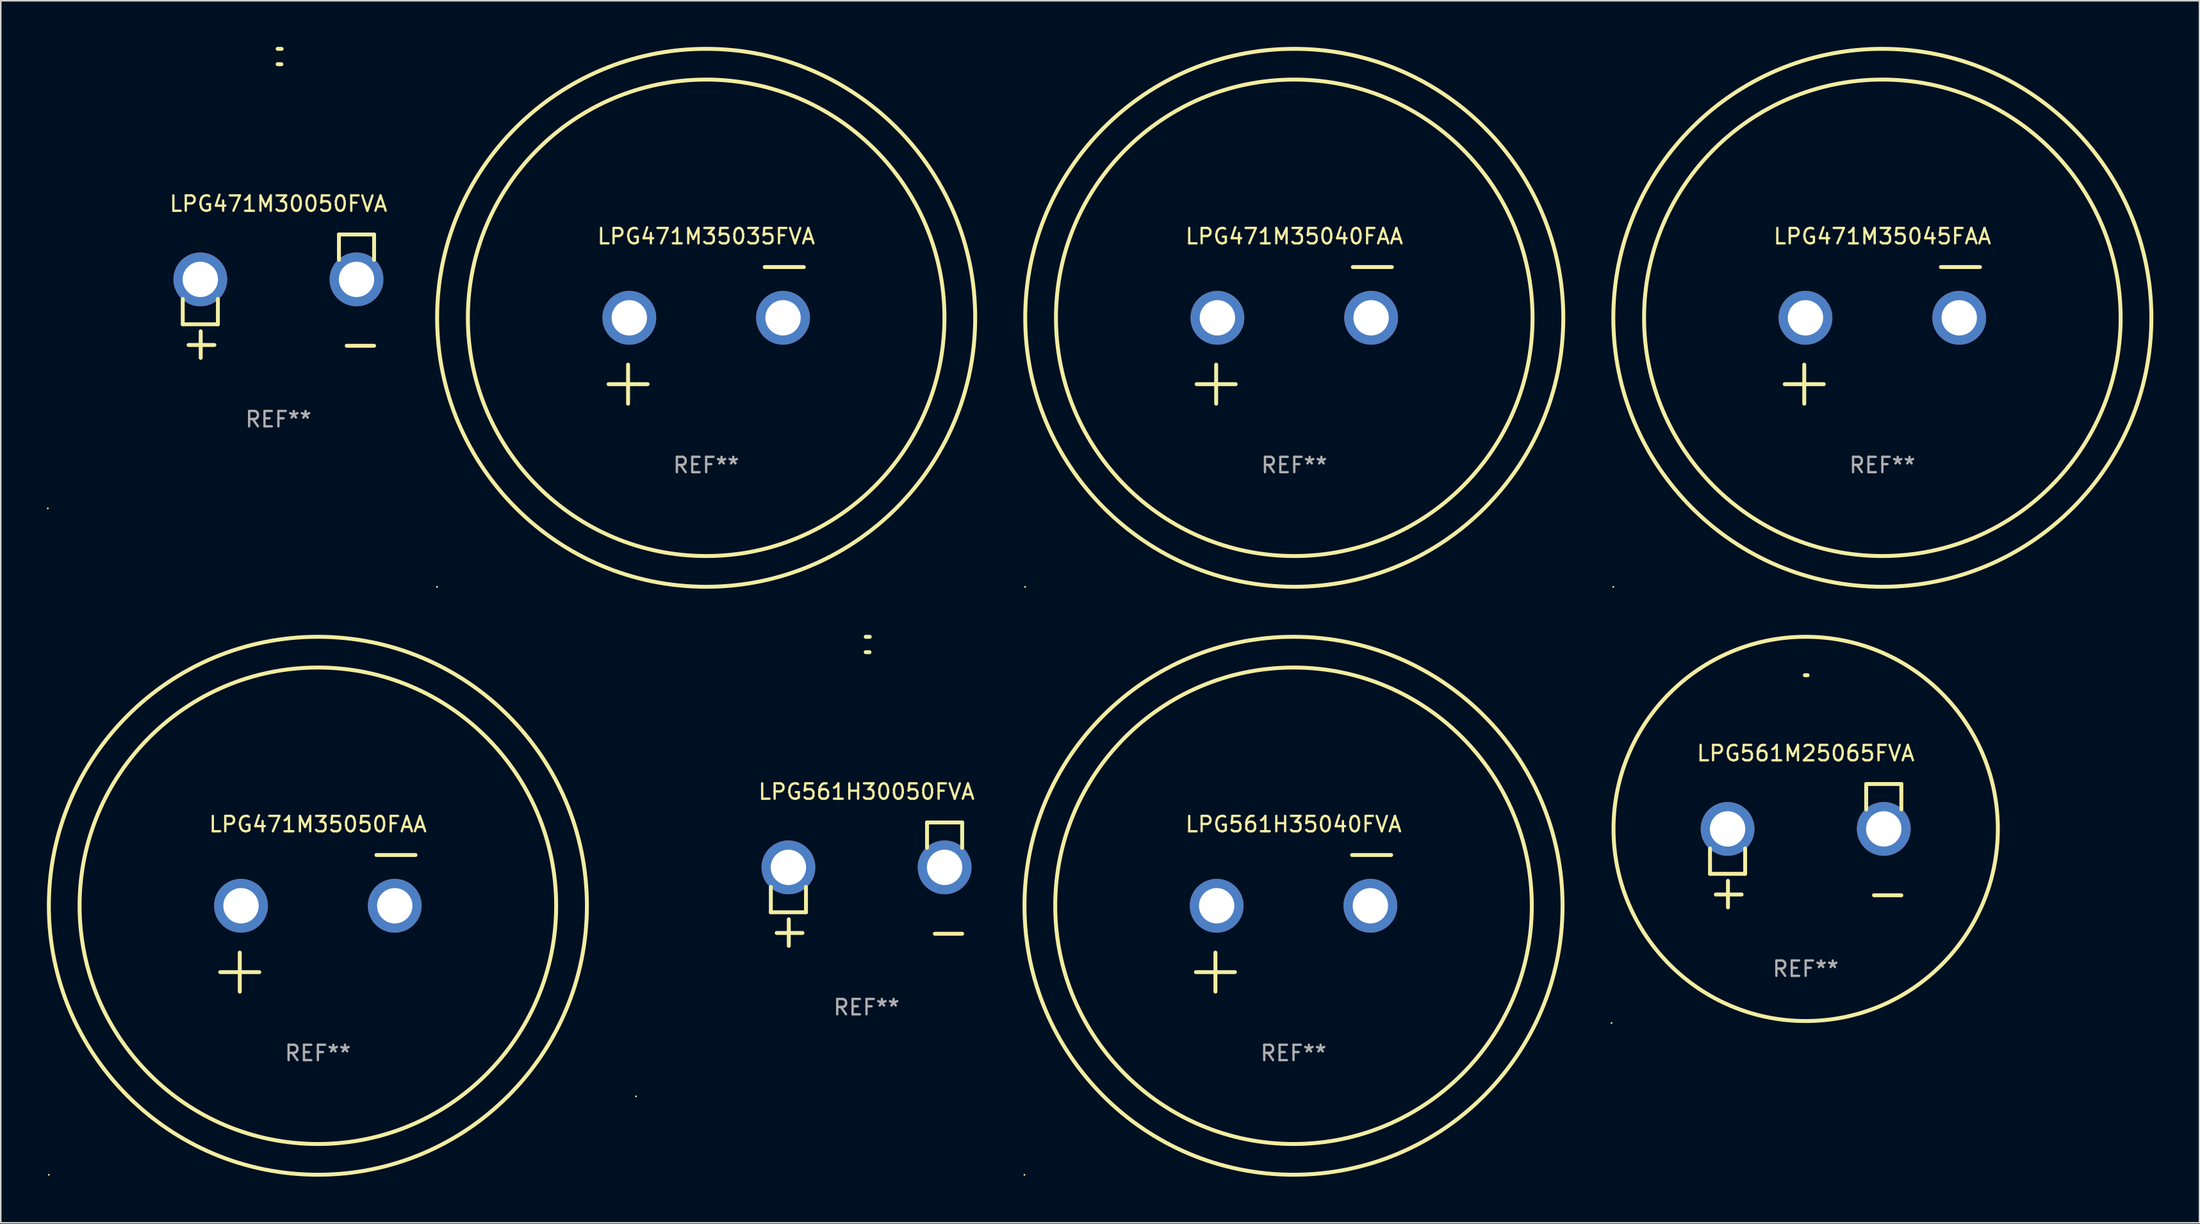
<source format=kicad_pcb>
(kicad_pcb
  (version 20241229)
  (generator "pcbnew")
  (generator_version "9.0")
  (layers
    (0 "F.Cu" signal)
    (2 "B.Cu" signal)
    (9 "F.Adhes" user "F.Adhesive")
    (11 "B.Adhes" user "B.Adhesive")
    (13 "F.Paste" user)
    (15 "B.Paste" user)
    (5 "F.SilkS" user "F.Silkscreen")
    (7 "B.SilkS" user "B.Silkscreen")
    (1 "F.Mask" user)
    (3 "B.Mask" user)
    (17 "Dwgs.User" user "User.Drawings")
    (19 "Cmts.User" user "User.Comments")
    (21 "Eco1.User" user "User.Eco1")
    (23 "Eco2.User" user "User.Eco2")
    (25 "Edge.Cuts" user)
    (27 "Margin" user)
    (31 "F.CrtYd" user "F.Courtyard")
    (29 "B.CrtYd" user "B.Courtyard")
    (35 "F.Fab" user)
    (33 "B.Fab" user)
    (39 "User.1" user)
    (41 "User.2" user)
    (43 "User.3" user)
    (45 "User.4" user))
  (footprint "LPG561M25065FVA"
    (layer "F.Cu")
    (at 114.404 51.973)
    (property "Reference" "LPG561M25065FVA" (at 0 -6.013 0) (layer "F.SilkS") (effects (font (size 1 1) (thickness 0.15))))
    (attr through_hole)
    (fp_line (start -6.223 0.178) (end -6.223 1.829) (stroke (width 0.254) (type solid)) (layer "F.SilkS"))
    (fp_line (start -6.223 1.829) (end -3.937 1.829) (stroke (width 0.254) (type solid)) (layer "F.SilkS"))
    (fp_line (start -5.055 4.013) (end -5.055 2.286) (stroke (width 0.254) (type solid)) (layer "F.SilkS"))
    (fp_line (start -4.166 3.175) (end -5.842 3.175) (stroke (width 0.254) (type solid)) (layer "F.SilkS"))
    (fp_line (start -3.937 1.829) (end -3.937 0.178) (stroke (width 0.254) (type solid)) (layer "F.SilkS"))
    (fp_line (start 3.937 -4.013) (end 3.937 -2.362) (stroke (width 0.254) (type solid)) (layer "F.SilkS"))
    (fp_line (start 6.223 -4.013) (end 3.937 -4.013) (stroke (width 0.254) (type solid)) (layer "F.SilkS"))
    (fp_line (start 6.223 -2.362) (end 6.223 -4.013) (stroke (width 0.254) (type solid)) (layer "F.SilkS"))
    (fp_line (start 6.223 3.226) (end 4.445 3.226) (stroke (width 0.254) (type solid)) (layer "F.SilkS"))
    (fp_arc (start -0.0508 -11.092202) (mid 0.036835 -11.091307) (end 0.12446 -11.089662) (stroke (width 0.254001) (type solid)) (layer "F.SilkS"))
    (fp_circle (center -12.627 11.535) (end -12.597 11.535) (stroke (width 0.06) (type solid)) (fill no) (layer "F.SilkS"))
    (fp_circle (center 0 -1.092) (end 12.5 -1.092) (stroke (width 0.254) (type solid)) (fill no) (layer "F.SilkS"))
    (fp_text user "REF**" (at 0 8.013 0) (layer "F.Fab") (effects (font (size 1 1) (thickness 0.15))))
    (pad "1" thru_hole circle (at -5.08 -1.092) (size 3.5 3.5) (drill 2.3) (layers "*.Cu" "*.Mask"))
    (pad "2" thru_hole circle (at 5.08 -1.092) (size 3.5 3.5) (drill 2.3) (layers "*.Cu" "*.Mask")))
  (footprint "LPG471M30050FVA"
    (layer "F.Cu")
    (at 15.06 16.22)
    (property "Reference" "LPG471M30050FVA" (at 0 -6.013 0) (layer "F.SilkS") (effects (font (size 1 1) (thickness 0.15))))
    (attr through_hole)
    (fp_line (start -6.223 0.178) (end -6.223 1.829) (stroke (width 0.254) (type solid)) (layer "F.SilkS"))
    (fp_line (start -6.223 1.829) (end -3.937 1.829) (stroke (width 0.254) (type solid)) (layer "F.SilkS"))
    (fp_line (start -5.055 4.013) (end -5.055 2.286) (stroke (width 0.254) (type solid)) (layer "F.SilkS"))
    (fp_line (start -4.166 3.175) (end -5.842 3.175) (stroke (width 0.254) (type solid)) (layer "F.SilkS"))
    (fp_line (start -3.937 1.829) (end -3.937 0.178) (stroke (width 0.254) (type solid)) (layer "F.SilkS"))
    (fp_line (start 3.937 -4.013) (end 3.937 -2.362) (stroke (width 0.254) (type solid)) (layer "F.SilkS"))
    (fp_line (start 6.223 -4.013) (end 3.937 -4.013) (stroke (width 0.254) (type solid)) (layer "F.SilkS"))
    (fp_line (start 6.223 -2.362) (end 6.223 -4.013) (stroke (width 0.254) (type solid)) (layer "F.SilkS"))
    (fp_line (start 6.223 3.226) (end 4.445 3.226) (stroke (width 0.254) (type solid)) (layer "F.SilkS"))
    (fp_arc (start -0.0508 -16.093472) (mid 0.080016 -16.092762) (end 0.210821 -16.090932) (stroke (width 0.254001) (type solid)) (layer "F.SilkS"))
    (fp_arc (start -0.0508 -15.09271) (mid 0.071125 -15.091961) (end 0.19304 -15.09017) (stroke (width 0.254001) (type solid)) (layer "F.SilkS"))
    (fp_circle (center -15 13.808) (end -14.97 13.808) (stroke (width 0.06) (type solid)) (fill no) (layer "F.SilkS"))
    (fp_text user "REF**" (at 0 8.013 0) (layer "F.Fab") (effects (font (size 1 1) (thickness 0.15))))
    (pad "1" thru_hole circle (at -5.08 -1.092) (size 3.5 3.5) (drill 2.3) (layers "*.Cu" "*.Mask"))
    (pad "2" thru_hole circle (at 5.08 -1.092) (size 3.5 3.5) (drill 2.3) (layers "*.Cu" "*.Mask")))
  (footprint "LPG471M35040FAA"
    (layer "F.Cu")
    (at 81.138 18.77)
    (property "Reference" "LPG471M35040FAA" (at 0 -6.445 0) (layer "F.SilkS") (effects (font (size 1 1) (thickness 0.15))))
    (attr through_hole)
    (fp_line (start -6.35 3.175) (end -3.81 3.175) (stroke (width 0.254) (type solid)) (layer "F.SilkS"))
    (fp_line (start -5.08 1.905) (end -5.08 4.445) (stroke (width 0.254) (type solid)) (layer "F.SilkS"))
    (fp_line (start 3.81 -4.445) (end 6.35 -4.445) (stroke (width 0.254) (type solid)) (layer "F.SilkS"))
    (fp_circle (center -17.505 16.362) (end -17.475 16.362) (stroke (width 0.06) (type solid)) (fill no) (layer "F.SilkS"))
    (fp_circle (center 0 -1.143) (end 15.5 -1.143) (stroke (width 0.254) (type solid)) (fill no) (layer "F.SilkS"))
    (fp_circle (center 0 -1.143) (end 17.5 -1.143) (stroke (width 0.254) (type solid)) (fill no) (layer "F.SilkS"))
    (fp_text user "REF**" (at 0 8.445 0) (layer "F.Fab") (effects (font (size 1 1) (thickness 0.15))))
    (pad "1" thru_hole circle (at -5 -1.143) (size 3.5 3.5) (drill 2.3) (layers "*.Cu" "*.Mask"))
    (pad "2" thru_hole circle (at 5 -1.143) (size 3.5 3.5) (drill 2.3) (layers "*.Cu" "*.Mask")))
  (footprint "LPG561H30050FVA"
    (layer "F.Cu")
    (at 53.314 54.475)
    (property "Reference" "LPG561H30050FVA" (at 0 -6.013 0) (layer "F.SilkS") (effects (font (size 1 1) (thickness 0.15))))
    (attr through_hole)
    (fp_line (start -6.223 0.178) (end -6.223 1.829) (stroke (width 0.254) (type solid)) (layer "F.SilkS"))
    (fp_line (start -6.223 1.829) (end -3.937 1.829) (stroke (width 0.254) (type solid)) (layer "F.SilkS"))
    (fp_line (start -5.055 4.013) (end -5.055 2.286) (stroke (width 0.254) (type solid)) (layer "F.SilkS"))
    (fp_line (start -4.166 3.175) (end -5.842 3.175) (stroke (width 0.254) (type solid)) (layer "F.SilkS"))
    (fp_line (start -3.937 1.829) (end -3.937 0.178) (stroke (width 0.254) (type solid)) (layer "F.SilkS"))
    (fp_line (start 3.937 -4.013) (end 3.937 -2.362) (stroke (width 0.254) (type solid)) (layer "F.SilkS"))
    (fp_line (start 6.223 -4.013) (end 3.937 -4.013) (stroke (width 0.254) (type solid)) (layer "F.SilkS"))
    (fp_line (start 6.223 -2.362) (end 6.223 -4.013) (stroke (width 0.254) (type solid)) (layer "F.SilkS"))
    (fp_line (start 6.223 3.226) (end 4.445 3.226) (stroke (width 0.254) (type solid)) (layer "F.SilkS"))
    (fp_arc (start -0.0508 -16.093472) (mid 0.080016 -16.092762) (end 0.210821 -16.090932) (stroke (width 0.254001) (type solid)) (layer "F.SilkS"))
    (fp_arc (start -0.0508 -15.09271) (mid 0.071125 -15.091961) (end 0.19304 -15.09017) (stroke (width 0.254001) (type solid)) (layer "F.SilkS"))
    (fp_circle (center -15 13.808) (end -14.97 13.808) (stroke (width 0.06) (type solid)) (fill no) (layer "F.SilkS"))
    (fp_text user "REF**" (at 0 8.013 0) (layer "F.Fab") (effects (font (size 1 1) (thickness 0.15))))
    (pad "1" thru_hole circle (at -5.08 -1.092) (size 3.5 3.5) (drill 2.3) (layers "*.Cu" "*.Mask"))
    (pad "2" thru_hole circle (at 5.08 -1.092) (size 3.5 3.5) (drill 2.3) (layers "*.Cu" "*.Mask")))
  (footprint "LPG471M35045FAA"
    (layer "F.Cu")
    (at 119.392 18.77)
    (property "Reference" "LPG471M35045FAA" (at 0 -6.445 0) (layer "F.SilkS") (effects (font (size 1 1) (thickness 0.15))))
    (attr through_hole)
    (fp_line (start -6.35 3.175) (end -3.81 3.175) (stroke (width 0.254) (type solid)) (layer "F.SilkS"))
    (fp_line (start -5.08 1.905) (end -5.08 4.445) (stroke (width 0.254) (type solid)) (layer "F.SilkS"))
    (fp_line (start 3.81 -4.445) (end 6.35 -4.445) (stroke (width 0.254) (type solid)) (layer "F.SilkS"))
    (fp_circle (center -17.505 16.362) (end -17.475 16.362) (stroke (width 0.06) (type solid)) (fill no) (layer "F.SilkS"))
    (fp_circle (center 0 -1.143) (end 15.5 -1.143) (stroke (width 0.254) (type solid)) (fill no) (layer "F.SilkS"))
    (fp_circle (center 0 -1.143) (end 17.5 -1.143) (stroke (width 0.254) (type solid)) (fill no) (layer "F.SilkS"))
    (fp_text user "REF**" (at 0 8.445 0) (layer "F.Fab") (effects (font (size 1 1) (thickness 0.15))))
    (pad "1" thru_hole circle (at -5 -1.143) (size 3.5 3.5) (drill 2.3) (layers "*.Cu" "*.Mask"))
    (pad "2" thru_hole circle (at 5 -1.143) (size 3.5 3.5) (drill 2.3) (layers "*.Cu" "*.Mask")))
  (footprint "LPG471M35050FAA"
    (layer "F.Cu")
    (at 17.627 57.024)
    (property "Reference" "LPG471M35050FAA" (at 0 -6.445 0) (layer "F.SilkS") (effects (font (size 1 1) (thickness 0.15))))
    (attr through_hole)
    (fp_line (start -6.35 3.175) (end -3.81 3.175) (stroke (width 0.254) (type solid)) (layer "F.SilkS"))
    (fp_line (start -5.08 1.905) (end -5.08 4.445) (stroke (width 0.254) (type solid)) (layer "F.SilkS"))
    (fp_line (start 3.81 -4.445) (end 6.35 -4.445) (stroke (width 0.254) (type solid)) (layer "F.SilkS"))
    (fp_circle (center -17.505 16.362) (end -17.475 16.362) (stroke (width 0.06) (type solid)) (fill no) (layer "F.SilkS"))
    (fp_circle (center 0 -1.143) (end 15.5 -1.143) (stroke (width 0.254) (type solid)) (fill no) (layer "F.SilkS"))
    (fp_circle (center 0 -1.143) (end 17.5 -1.143) (stroke (width 0.254) (type solid)) (fill no) (layer "F.SilkS"))
    (fp_text user "REF**" (at 0 8.445 0) (layer "F.Fab") (effects (font (size 1 1) (thickness 0.15))))
    (pad "1" thru_hole circle (at -5 -1.143) (size 3.5 3.5) (drill 2.3) (layers "*.Cu" "*.Mask"))
    (pad "2" thru_hole circle (at 5 -1.143) (size 3.5 3.5) (drill 2.3) (layers "*.Cu" "*.Mask")))
  (footprint "LPG561H35040FVA"
    (layer "F.Cu")
    (at 81.09 57.024)
    (property "Reference" "LPG561H35040FVA" (at 0 -6.445 0) (layer "F.SilkS") (effects (font (size 1 1) (thickness 0.15))))
    (attr through_hole)
    (fp_line (start -6.35 3.175) (end -3.81 3.175) (stroke (width 0.254) (type solid)) (layer "F.SilkS"))
    (fp_line (start -5.08 1.905) (end -5.08 4.445) (stroke (width 0.254) (type solid)) (layer "F.SilkS"))
    (fp_line (start 3.81 -4.445) (end 6.35 -4.445) (stroke (width 0.254) (type solid)) (layer "F.SilkS"))
    (fp_circle (center -17.505 16.362) (end -17.475 16.362) (stroke (width 0.06) (type solid)) (fill no) (layer "F.SilkS"))
    (fp_circle (center 0 -1.143) (end 15.5 -1.143) (stroke (width 0.254) (type solid)) (fill no) (layer "F.SilkS"))
    (fp_circle (center 0 -1.143) (end 17.5 -1.143) (stroke (width 0.254) (type solid)) (fill no) (layer "F.SilkS"))
    (fp_text user "REF**" (at 0 8.445 0) (layer "F.Fab") (effects (font (size 1 1) (thickness 0.15))))
    (pad "1" thru_hole circle (at -5 -1.143) (size 3.5 3.5) (drill 2.3) (layers "*.Cu" "*.Mask"))
    (pad "2" thru_hole circle (at 5 -1.143) (size 3.5 3.5) (drill 2.3) (layers "*.Cu" "*.Mask")))
  (footprint "LPG471M35035FVA"
    (layer "F.Cu")
    (at 42.884 18.77)
    (property "Reference" "LPG471M35035FVA" (at 0 -6.445 0) (layer "F.SilkS") (effects (font (size 1 1) (thickness 0.15))))
    (attr through_hole)
    (fp_line (start -6.35 3.175) (end -3.81 3.175) (stroke (width 0.254) (type solid)) (layer "F.SilkS"))
    (fp_line (start -5.08 1.905) (end -5.08 4.445) (stroke (width 0.254) (type solid)) (layer "F.SilkS"))
    (fp_line (start 3.81 -4.445) (end 6.35 -4.445) (stroke (width 0.254) (type solid)) (layer "F.SilkS"))
    (fp_circle (center -17.505 16.362) (end -17.475 16.362) (stroke (width 0.06) (type solid)) (fill no) (layer "F.SilkS"))
    (fp_circle (center 0 -1.143) (end 15.5 -1.143) (stroke (width 0.254) (type solid)) (fill no) (layer "F.SilkS"))
    (fp_circle (center 0 -1.143) (end 17.5 -1.143) (stroke (width 0.254) (type solid)) (fill no) (layer "F.SilkS"))
    (fp_text user "REF**" (at 0 8.445 0) (layer "F.Fab") (effects (font (size 1 1) (thickness 0.15))))
    (pad "1" thru_hole circle (at -5 -1.143) (size 3.5 3.5) (drill 2.3) (layers "*.Cu" "*.Mask"))
    (pad "2" thru_hole circle (at 5 -1.143) (size 3.5 3.5) (drill 2.3) (layers "*.Cu" "*.Mask")))
  (gr_rect
    (start -3 -3)
    (end 140.019 76.509)
    (stroke (width 0.1) (type default))
    (fill no)
    (layer "Edge.Cuts")))
</source>
